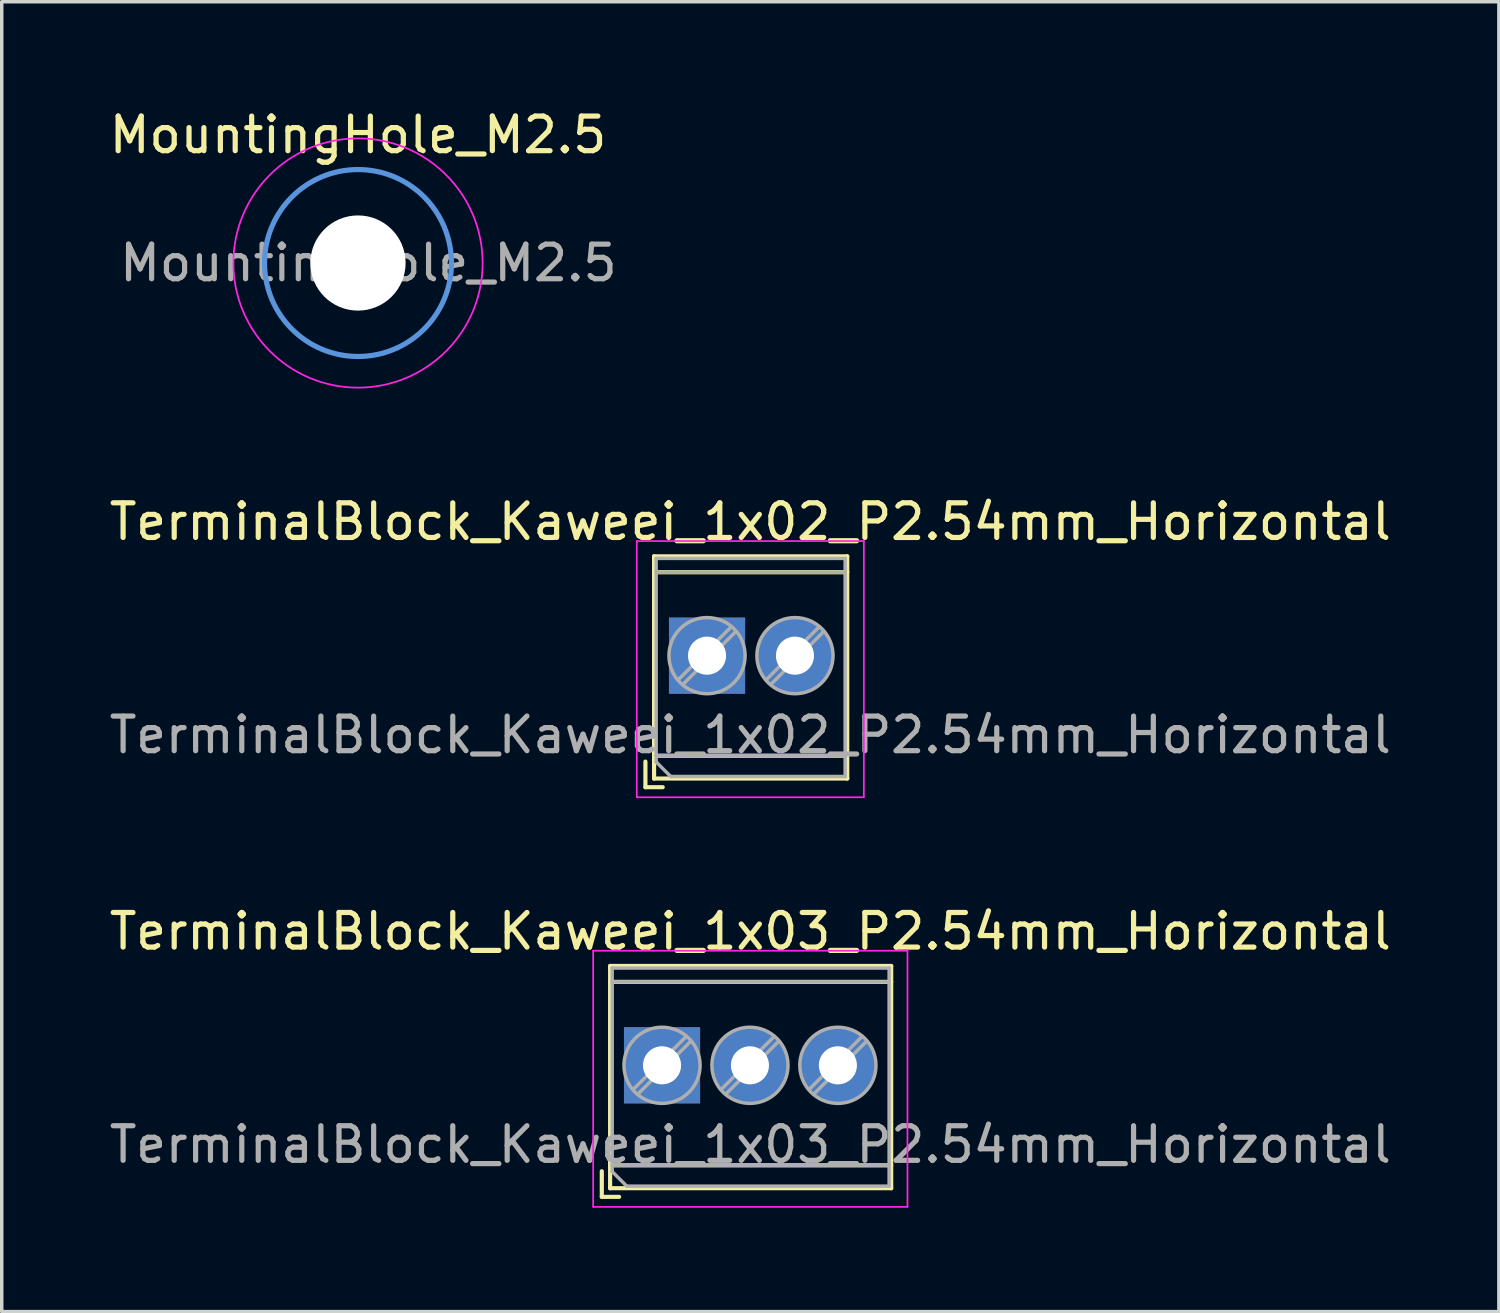
<source format=kicad_pcb>
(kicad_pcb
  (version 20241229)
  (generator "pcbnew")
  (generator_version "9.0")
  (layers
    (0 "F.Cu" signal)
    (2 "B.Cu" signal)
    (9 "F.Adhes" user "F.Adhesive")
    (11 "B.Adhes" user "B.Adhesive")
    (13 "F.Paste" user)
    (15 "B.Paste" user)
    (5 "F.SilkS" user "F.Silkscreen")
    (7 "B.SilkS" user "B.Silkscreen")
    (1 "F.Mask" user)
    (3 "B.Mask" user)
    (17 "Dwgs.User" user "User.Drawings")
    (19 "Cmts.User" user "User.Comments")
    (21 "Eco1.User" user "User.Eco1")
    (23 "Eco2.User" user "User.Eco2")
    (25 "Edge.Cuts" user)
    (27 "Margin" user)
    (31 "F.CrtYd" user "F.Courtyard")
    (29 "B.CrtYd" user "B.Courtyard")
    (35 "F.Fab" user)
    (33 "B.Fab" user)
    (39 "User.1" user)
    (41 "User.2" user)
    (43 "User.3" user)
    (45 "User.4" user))
  (footprint "TerminalBlock_Kaweei_1x03_P2.54mm_Horizontal"
    (layer "F.Cu")
    (at 16.085 28.015)
    (property "Reference" "TerminalBlock_Kaweei_1x03_P2.54mm_Horizontal" (at 2.54 -4.16 0) (layer "F.SilkS") (effects (font (size 1 1) (thickness 0.15))))
    (attr through_hole)
    (fp_line (start -1.75 2.77) (end -1.75 3.51) (stroke (width 0.12) (type solid)) (layer "F.SilkS"))
    (fp_line (start -1.75 3.51) (end -1.25 3.51) (stroke (width 0.12) (type solid)) (layer "F.SilkS"))
    (fp_line (start -1.51 -3.16) (end -1.51 3.26) (stroke (width 0.12) (type solid)) (layer "F.SilkS"))
    (fp_line (start -1.51 -3.16) (end 6.61 -3.16) (stroke (width 0.12) (type solid)) (layer "F.SilkS"))
    (fp_line (start -1.51 -2.7) (end 6.61 -2.7) (stroke (width 0.12) (type solid)) (layer "F.SilkS"))
    (fp_line (start -1.51 2.6) (end 6.61 2.6) (stroke (width 0.12) (type solid)) (layer "F.SilkS"))
    (fp_line (start -1.51 3.26) (end 6.61 3.26) (stroke (width 0.12) (type solid)) (layer "F.SilkS"))
    (fp_line (start 6.61 -3.16) (end 6.61 3.26) (stroke (width 0.12) (type solid)) (layer "F.SilkS"))
    (fp_line (start -2 -3.6) (end -2 3.8) (stroke (width 0.05) (type solid)) (layer "F.CrtYd"))
    (fp_line (start -2 3.8) (end 7.08 3.8) (stroke (width 0.05) (type solid)) (layer "F.CrtYd"))
    (fp_line (start 7.08 -3.6) (end -2 -3.6) (stroke (width 0.05) (type solid)) (layer "F.CrtYd"))
    (fp_line (start 7.08 3.8) (end 7.08 -3.6) (stroke (width 0.05) (type solid)) (layer "F.CrtYd"))
    (fp_line (start -1.45 -3.1) (end 6.55 -3.1) (stroke (width 0.1) (type solid)) (layer "F.Fab"))
    (fp_line (start -1.45 -2.7) (end 6.55 -2.7) (stroke (width 0.1) (type solid)) (layer "F.Fab"))
    (fp_line (start -1.45 2.6) (end 6.55 2.6) (stroke (width 0.1) (type solid)) (layer "F.Fab"))
    (fp_line (start -1.45 2.78) (end -1.45 -3.1) (stroke (width 0.1) (type solid)) (layer "F.Fab"))
    (fp_line (start -1.03 3.2) (end -1.45 2.78) (stroke (width 0.1) (type solid)) (layer "F.Fab"))
    (fp_line (start 0.691 -1.125) (end -0.845 0.41) (stroke (width 0.1) (type solid)) (layer "F.Fab"))
    (fp_line (start 0.825 -0.99) (end -0.711 0.545) (stroke (width 0.1) (type solid)) (layer "F.Fab"))
    (fp_line (start 3.231 -1.125) (end 1.696 0.41) (stroke (width 0.1) (type solid)) (layer "F.Fab"))
    (fp_line (start 3.365 -0.99) (end 1.83 0.545) (stroke (width 0.1) (type solid)) (layer "F.Fab"))
    (fp_line (start 5.771 -1.125) (end 4.236 0.41) (stroke (width 0.1) (type solid)) (layer "F.Fab"))
    (fp_line (start 5.905 -0.99) (end 4.37 0.545) (stroke (width 0.1) (type solid)) (layer "F.Fab"))
    (fp_line (start 6.55 -3.1) (end 6.55 3.2) (stroke (width 0.1) (type solid)) (layer "F.Fab"))
    (fp_line (start 6.55 3.2) (end -1.03 3.2) (stroke (width 0.1) (type solid)) (layer "F.Fab"))
    (fp_circle (center -0.01 -0.29) (end 1.09 -0.29) (stroke (width 0.1) (type solid)) (fill no) (layer "F.Fab"))
    (fp_circle (center 2.53 -0.29) (end 3.63 -0.29) (stroke (width 0.1) (type solid)) (fill no) (layer "F.Fab"))
    (fp_circle (center 5.07 -0.29) (end 6.17 -0.29) (stroke (width 0.1) (type solid)) (fill no) (layer "F.Fab"))
    (fp_text user "${REFERENCE}" (at 2.54 2 0) (layer "F.Fab") (effects (font (size 1 1) (thickness 0.15))))
    (pad "1" thru_hole rect (at -0.01 -0.29) (size 2.2 2.2) (drill 1.1) (layers "*.Cu" "*.Mask"))
    (pad "2" thru_hole circle (at 2.53 -0.29) (size 2.2 2.2) (drill 1.1) (layers "*.Cu" "*.Mask"))
    (pad "3" thru_hole circle (at 5.07 -0.29) (size 2.2 2.2) (drill 1.1) (layers "*.Cu" "*.Mask")))
  (footprint "MountingHole_M2.5"
    (layer "F.Cu")
    (at 7.292 4.548)
    (property "Reference" "MountingHole_M2.5" (at 0 -3.7 0) (layer "F.SilkS") (effects (font (size 1 1) (thickness 0.15))))
    (attr exclude_from_pos_files exclude_from_bom)
    (fp_circle (center 0 0) (end 2.7 0) (stroke (width 0.15) (type solid)) (fill no) (layer "Cmts.User"))
    (fp_circle (center 0 0) (end 3.6 0) (stroke (width 0.05) (type solid)) (fill no) (layer "F.CrtYd"))
    (fp_text user "${REFERENCE}" (at 0.3 0 0) (layer "F.Fab") (effects (font (size 1 1) (thickness 0.15))))
    (pad "" np_thru_hole circle (at 0 0) (size 2.75 2.75) (drill 2.75) (layers "*.Cu" "*.Mask")))
  (footprint "TerminalBlock_Kaweei_1x02_P2.54mm_Horizontal"
    (layer "F.Cu")
    (at 16.085 16.181)
    (property "Reference" "TerminalBlock_Kaweei_1x02_P2.54mm_Horizontal" (at 2.54 -4.16 0) (layer "F.SilkS") (effects (font (size 1 1) (thickness 0.15))))
    (attr through_hole)
    (fp_line (start -0.49 2.77) (end -0.49 3.51) (stroke (width 0.12) (type solid)) (layer "F.SilkS"))
    (fp_line (start -0.49 3.51) (end 0.01 3.51) (stroke (width 0.12) (type solid)) (layer "F.SilkS"))
    (fp_line (start -0.24 -3.16) (end -0.24 3.26) (stroke (width 0.12) (type solid)) (layer "F.SilkS"))
    (fp_line (start -0.24 -3.16) (end 5.34 -3.16) (stroke (width 0.12) (type solid)) (layer "F.SilkS"))
    (fp_line (start -0.24 -2.7) (end 5.34 -2.7) (stroke (width 0.12) (type solid)) (layer "F.SilkS"))
    (fp_line (start -0.24 2.6) (end 5.34 2.6) (stroke (width 0.12) (type solid)) (layer "F.SilkS"))
    (fp_line (start -0.24 3.26) (end 5.34 3.26) (stroke (width 0.12) (type solid)) (layer "F.SilkS"))
    (fp_line (start 5.34 -3.16) (end 5.34 3.26) (stroke (width 0.12) (type solid)) (layer "F.SilkS"))
    (fp_line (start -0.74 -3.6) (end -0.74 3.8) (stroke (width 0.05) (type solid)) (layer "F.CrtYd"))
    (fp_line (start -0.74 3.8) (end 5.82 3.8) (stroke (width 0.05) (type solid)) (layer "F.CrtYd"))
    (fp_line (start 5.82 -3.6) (end -0.74 -3.6) (stroke (width 0.05) (type solid)) (layer "F.CrtYd"))
    (fp_line (start 5.82 3.8) (end 5.82 -3.6) (stroke (width 0.05) (type solid)) (layer "F.CrtYd"))
    (fp_line (start -0.18 -3.1) (end 5.28 -3.1) (stroke (width 0.1) (type solid)) (layer "F.Fab"))
    (fp_line (start -0.18 -2.7) (end 5.28 -2.7) (stroke (width 0.1) (type solid)) (layer "F.Fab"))
    (fp_line (start -0.18 2.6) (end 5.28 2.6) (stroke (width 0.1) (type solid)) (layer "F.Fab"))
    (fp_line (start -0.18 2.78) (end -0.18 -3.1) (stroke (width 0.1) (type solid)) (layer "F.Fab"))
    (fp_line (start 0.24 3.2) (end -0.18 2.78) (stroke (width 0.1) (type solid)) (layer "F.Fab"))
    (fp_line (start 1.991 -1.125) (end 0.455 0.41) (stroke (width 0.1) (type solid)) (layer "F.Fab"))
    (fp_line (start 2.125 -0.99) (end 0.589 0.545) (stroke (width 0.1) (type solid)) (layer "F.Fab"))
    (fp_line (start 4.531 -1.125) (end 2.996 0.41) (stroke (width 0.1) (type solid)) (layer "F.Fab"))
    (fp_line (start 4.665 -0.99) (end 3.13 0.545) (stroke (width 0.1) (type solid)) (layer "F.Fab"))
    (fp_line (start 5.28 -3.1) (end 5.28 3.2) (stroke (width 0.1) (type solid)) (layer "F.Fab"))
    (fp_line (start 5.28 3.2) (end 0.24 3.2) (stroke (width 0.1) (type solid)) (layer "F.Fab"))
    (fp_circle (center 1.29 -0.29) (end 2.39 -0.29) (stroke (width 0.1) (type solid)) (fill no) (layer "F.Fab"))
    (fp_circle (center 3.83 -0.29) (end 4.93 -0.29) (stroke (width 0.1) (type solid)) (fill no) (layer "F.Fab"))
    (fp_text user "${REFERENCE}" (at 2.54 2 0) (layer "F.Fab") (effects (font (size 1 1) (thickness 0.15))))
    (pad "1" thru_hole rect (at 1.29 -0.29) (size 2.2 2.2) (drill 1.1) (layers "*.Cu" "*.Mask"))
    (pad "2" thru_hole circle (at 3.83 -0.29) (size 2.2 2.2) (drill 1.1) (layers "*.Cu" "*.Mask")))
  (gr_rect
    (start -3 -3)
    (end 40.25 34.84)
    (stroke (width 0.1) (type default))
    (fill no)
    (layer "Edge.Cuts")))
</source>
